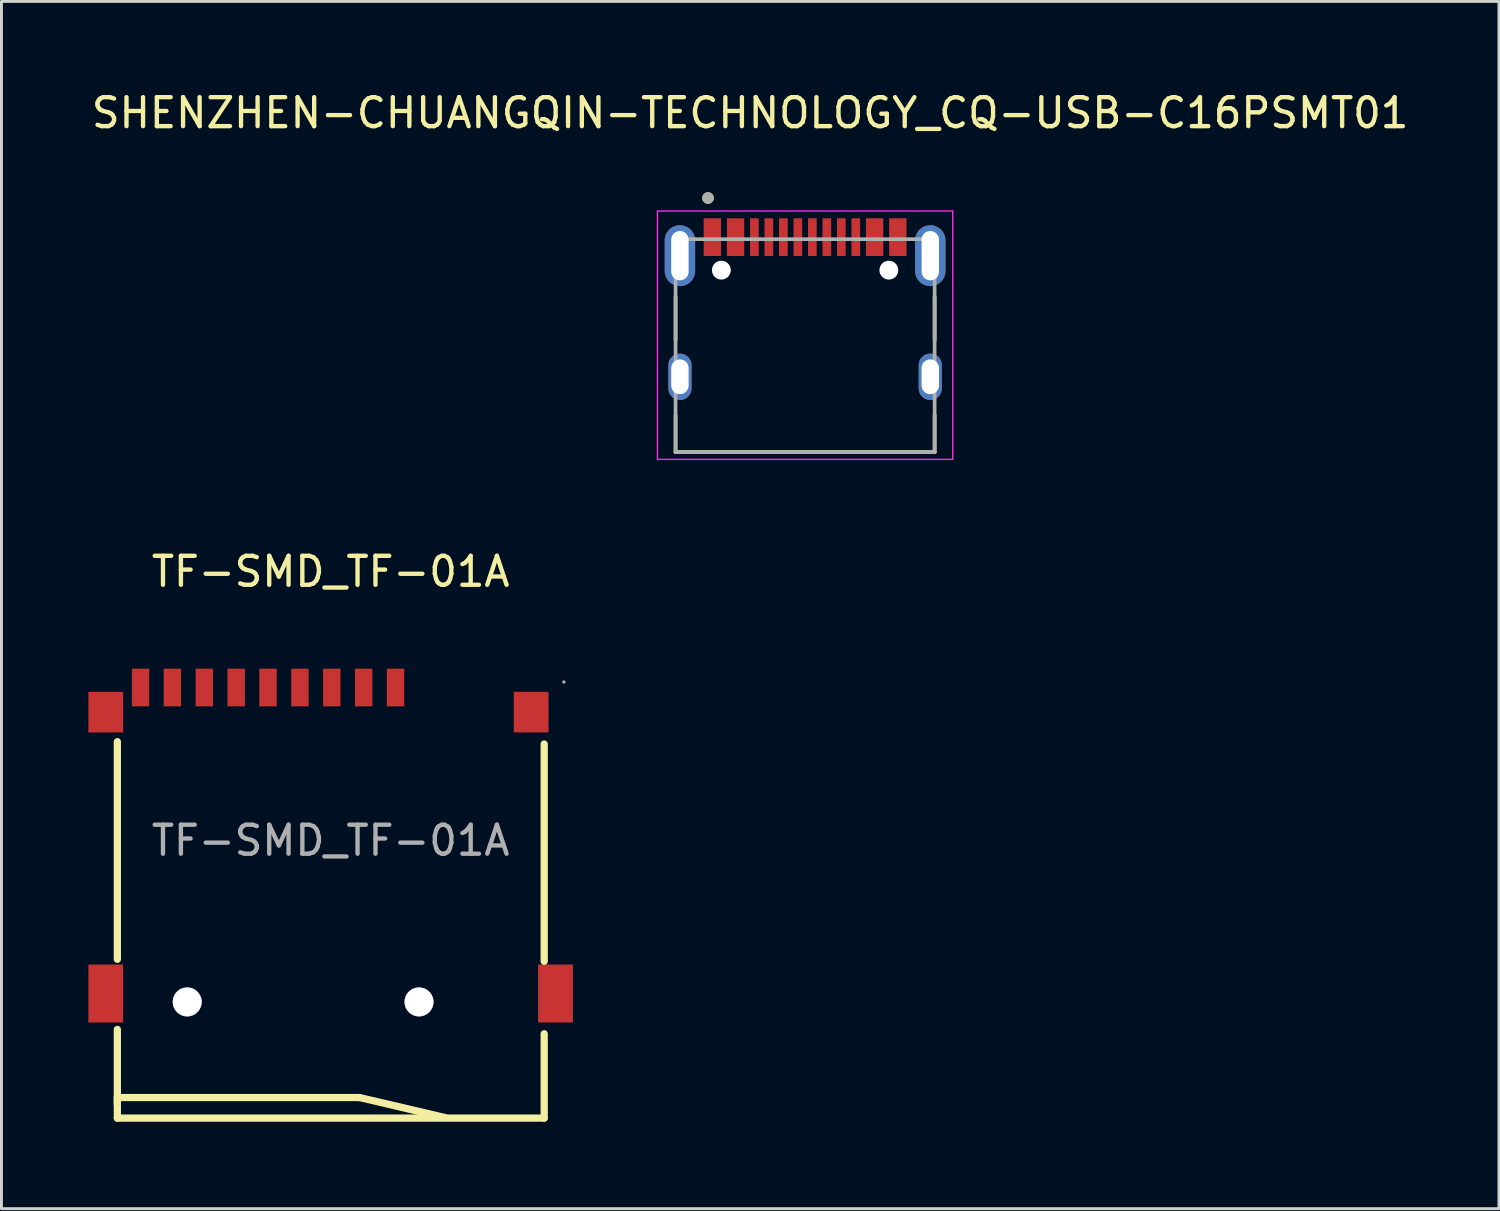
<source format=kicad_pcb>
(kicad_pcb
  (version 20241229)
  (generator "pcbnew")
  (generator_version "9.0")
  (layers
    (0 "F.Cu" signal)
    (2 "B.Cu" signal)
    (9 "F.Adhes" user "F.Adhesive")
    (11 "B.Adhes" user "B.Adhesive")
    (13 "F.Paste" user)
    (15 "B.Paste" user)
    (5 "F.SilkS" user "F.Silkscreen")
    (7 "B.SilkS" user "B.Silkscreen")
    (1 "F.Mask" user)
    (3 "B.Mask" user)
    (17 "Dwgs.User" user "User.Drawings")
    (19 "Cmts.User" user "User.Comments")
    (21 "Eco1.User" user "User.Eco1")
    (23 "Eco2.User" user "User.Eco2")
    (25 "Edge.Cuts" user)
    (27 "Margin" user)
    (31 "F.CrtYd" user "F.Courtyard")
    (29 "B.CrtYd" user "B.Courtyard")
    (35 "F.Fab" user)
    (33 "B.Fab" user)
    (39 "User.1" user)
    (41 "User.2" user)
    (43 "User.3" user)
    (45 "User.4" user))
  (footprint "TF-SMD_TF-01A"
    (layer "F.Cu")
    (at 8.36 25.956)
    (property "Reference" "TF-SMD_TF-01A" (at 0 -9.28 0) (layer "F.SilkS") (effects (font (size 1 1) (thickness 0.15))))
    (attr smd)
    (fp_line (start -7.36 -3.41) (end -7.36 4.1) (stroke (width 0.25) (type solid)) (layer "F.SilkS"))
    (fp_line (start -7.36 6.52) (end -7.36 9.58) (stroke (width 0.25) (type solid)) (layer "F.SilkS"))
    (fp_line (start -7.36 8.87) (end 1 8.87) (stroke (width 0.25) (type solid)) (layer "F.SilkS"))
    (fp_line (start -7.36 9.09) (end -7.36 8.87) (stroke (width 0.25) (type solid)) (layer "F.SilkS"))
    (fp_line (start -7.36 9.58) (end 7.37 9.58) (stroke (width 0.25) (type solid)) (layer "F.SilkS"))
    (fp_line (start 1 8.87) (end 3.94 9.56) (stroke (width 0.25) (type solid)) (layer "F.SilkS"))
    (fp_line (start 7.37 4.17) (end 7.37 -3.33) (stroke (width 0.25) (type solid)) (layer "F.SilkS"))
    (fp_line (start 7.37 9.58) (end 7.37 6.67) (stroke (width 0.25) (type solid)) (layer "F.SilkS"))
    (fp_circle (center -4.95 5.57) (end -4.75 5.57) (stroke (width 0.4) (type solid)) (fill no) (layer "F.Fab"))
    (fp_circle (center 3.05 5.57) (end 3.25 5.57) (stroke (width 0.4) (type solid)) (fill no) (layer "F.Fab"))
    (fp_circle (center 8.05 -5.47) (end 8.08 -5.47) (stroke (width 0.06) (type solid)) (fill no) (layer "F.Fab"))
    (fp_text user "${REFERENCE}" (at 0 0 0) (layer "F.Fab") (effects (font (size 1 1) (thickness 0.15))))
    (pad "" thru_hole circle (at -4.95 5.57) (size 1 1) (drill 1) (layers "*.Cu" "*.Mask"))
    (pad "" thru_hole circle (at 3.05 5.57) (size 1 1) (drill 1) (layers "*.Cu" "*.Mask"))
    (pad "1" smd rect (at 2.24 -5.28) (size 0.6 1.3) (layers "F.Cu" "F.Mask" "F.Paste"))
    (pad "2" smd rect (at 1.14 -5.28) (size 0.6 1.3) (layers "F.Cu" "F.Mask" "F.Paste"))
    (pad "3" smd rect (at 0.04 -5.28) (size 0.6 1.3) (layers "F.Cu" "F.Mask" "F.Paste"))
    (pad "4" smd rect (at -1.06 -5.28) (size 0.6 1.3) (layers "F.Cu" "F.Mask" "F.Paste"))
    (pad "5" smd rect (at -2.16 -5.28) (size 0.6 1.3) (layers "F.Cu" "F.Mask" "F.Paste"))
    (pad "6" smd rect (at -3.26 -5.28) (size 0.6 1.3) (layers "F.Cu" "F.Mask" "F.Paste"))
    (pad "7" smd rect (at -4.36 -5.28) (size 0.6 1.3) (layers "F.Cu" "F.Mask" "F.Paste"))
    (pad "8" smd rect (at -5.46 -5.28) (size 0.6 1.3) (layers "F.Cu" "F.Mask" "F.Paste"))
    (pad "9" smd rect (at -6.56 -5.28) (size 0.6 1.3) (layers "F.Cu" "F.Mask" "F.Paste"))
    (pad "10" smd rect (at -7.76 -4.43) (size 1.2 1.4) (layers "F.Cu" "F.Mask" "F.Paste"))
    (pad "11" smd rect (at -7.76 5.28) (size 1.2 2) (layers "F.Cu" "F.Mask" "F.Paste"))
    (pad "12" smd rect (at 7.76 5.28) (size 1.2 2) (layers "F.Cu" "F.Mask" "F.Paste"))
    (pad "13" smd rect (at 6.92 -4.43) (size 1.2 1.4) (layers "F.Cu" "F.Mask" "F.Paste")))
  (footprint "SHENZHEN-CHUANGQIN-TECHNOLOGY_CQ-USB-C16PSMT01"
    (layer "F.Cu")
    (at 24.734 5.133)
    (property "Reference" "SHENZHEN-CHUANGQIN-TECHNOLOGY_CQ-USB-C16PSMT01" (at -1.895 -4.285 0) (layer "F.SilkS") (effects (font (size 1 1) (thickness 0.15))))
    (attr smd)
    (fp_line (start -4.47 2.05) (end -4.47 3.55) (stroke (width 0.127) (type solid)) (layer "F.SilkS"))
    (fp_line (start -4.47 6.15) (end -4.47 7.42) (stroke (width 0.127) (type solid)) (layer "F.SilkS"))
    (fp_line (start -4.47 7.42) (end 4.47 7.42) (stroke (width 0.127) (type solid)) (layer "F.SilkS"))
    (fp_line (start 4.47 2.05) (end 4.47 3.55) (stroke (width 0.127) (type solid)) (layer "F.SilkS"))
    (fp_line (start 4.47 7.42) (end 4.47 6.15) (stroke (width 0.127) (type solid)) (layer "F.SilkS"))
    (fp_circle (center -3.35 -1.35) (end -3.25 -1.35) (stroke (width 0.2) (type solid)) (fill no) (layer "F.SilkS"))
    (fp_line (start -5.095 -0.9) (end -5.095 7.67) (stroke (width 0.05) (type solid)) (layer "F.CrtYd"))
    (fp_line (start -5.095 7.67) (end 5.095 7.67) (stroke (width 0.05) (type solid)) (layer "F.CrtYd"))
    (fp_line (start 5.095 -0.9) (end -5.095 -0.9) (stroke (width 0.05) (type solid)) (layer "F.CrtYd"))
    (fp_line (start 5.095 7.67) (end 5.095 -0.9) (stroke (width 0.05) (type solid)) (layer "F.CrtYd"))
    (fp_line (start -4.47 0.07) (end -4.47 7.42) (stroke (width 0.127) (type solid)) (layer "F.Fab"))
    (fp_line (start -4.47 7.42) (end 4.47 7.42) (stroke (width 0.127) (type solid)) (layer "F.Fab"))
    (fp_line (start 4.47 0.07) (end -4.47 0.07) (stroke (width 0.127) (type solid)) (layer "F.Fab"))
    (fp_line (start 4.47 7.42) (end 4.47 0.07) (stroke (width 0.127) (type solid)) (layer "F.Fab"))
    (fp_circle (center -3.35 -1.35) (end -3.25 -1.35) (stroke (width 0.2) (type solid)) (fill no) (layer "F.Fab"))
    (pad "" np_thru_hole circle (at -2.89 1.14) (size 0.65 0.65) (drill 0.65) (layers "*.Cu" "*.Mask"))
    (pad "" np_thru_hole circle (at 2.89 1.14) (size 0.65 0.65) (drill 0.65) (layers "*.Cu" "*.Mask"))
    (pad "A1_B12" smd rect (at -3.2 0) (size 0.6 1.3) (layers "F.Cu" "F.Mask" "F.Paste"))
    (pad "A4_B9" smd rect (at -2.4 0) (size 0.6 1.3) (layers "F.Cu" "F.Mask" "F.Paste"))
    (pad "A5" smd rect (at -1.25 0) (size 0.3 1.3) (layers "F.Cu" "F.Mask" "F.Paste"))
    (pad "A6" smd rect (at -0.25 0) (size 0.3 1.3) (layers "F.Cu" "F.Mask" "F.Paste"))
    (pad "A7" smd rect (at 0.25 0) (size 0.3 1.3) (layers "F.Cu" "F.Mask" "F.Paste"))
    (pad "A8" smd rect (at 1.25 0) (size 0.3 1.3) (layers "F.Cu" "F.Mask" "F.Paste"))
    (pad "B1_A12" smd rect (at 3.2 0) (size 0.6 1.3) (layers "F.Cu" "F.Mask" "F.Paste"))
    (pad "B4_A9" smd rect (at 2.4 0) (size 0.6 1.3) (layers "F.Cu" "F.Mask" "F.Paste"))
    (pad "B5" smd rect (at 1.75 0) (size 0.3 1.3) (layers "F.Cu" "F.Mask" "F.Paste"))
    (pad "B6" smd rect (at 0.75 0) (size 0.3 1.3) (layers "F.Cu" "F.Mask" "F.Paste"))
    (pad "B7" smd rect (at -0.75 0) (size 0.3 1.3) (layers "F.Cu" "F.Mask" "F.Paste"))
    (pad "B8" smd rect (at -1.75 0) (size 0.3 1.3) (layers "F.Cu" "F.Mask" "F.Paste"))
    (pad "S1" thru_hole oval (at -4.32 0.64) (size 1.05 2.1) (drill oval 0.6 1.7) (layers "*.Cu" "*.Mask"))
    (pad "S2" thru_hole oval (at 4.32 0.64) (size 1.05 2.1) (drill oval 0.6 1.7) (layers "*.Cu" "*.Mask"))
    (pad "S3" thru_hole oval (at -4.32 4.82) (size 0.8 1.6) (drill oval 0.6 1.2) (layers "*.Cu" "*.Mask"))
    (pad "S4" thru_hole oval (at 4.32 4.82) (size 0.8 1.6) (drill oval 0.6 1.2) (layers "*.Cu" "*.Mask")))
  (gr_rect
    (start -3 -3)
    (end 48.679 38.661)
    (stroke (width 0.1) (type default))
    (fill no)
    (layer "Edge.Cuts")))
</source>
